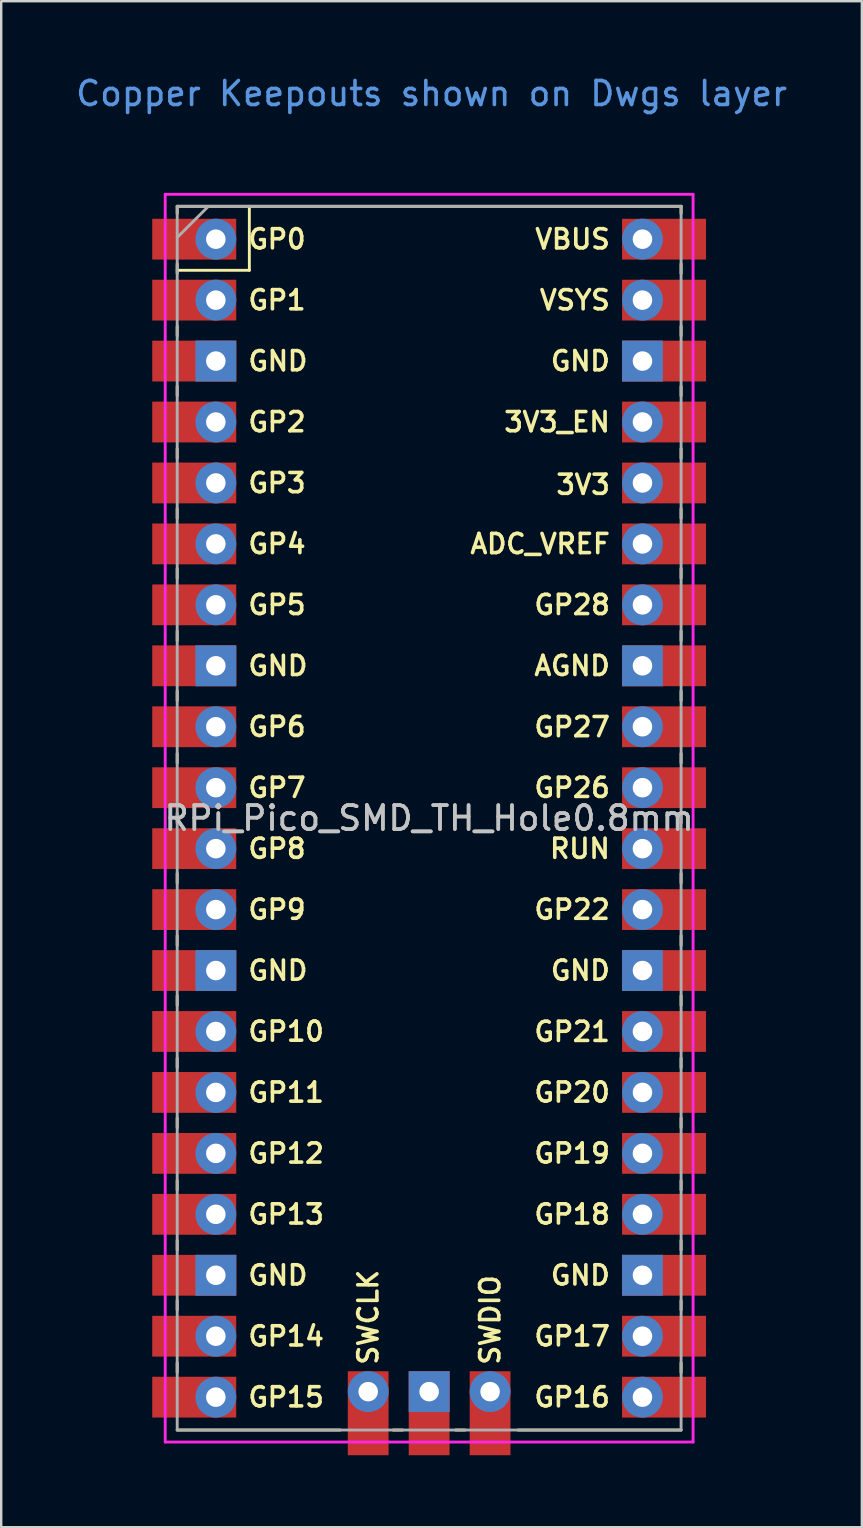
<source format=kicad_pcb>
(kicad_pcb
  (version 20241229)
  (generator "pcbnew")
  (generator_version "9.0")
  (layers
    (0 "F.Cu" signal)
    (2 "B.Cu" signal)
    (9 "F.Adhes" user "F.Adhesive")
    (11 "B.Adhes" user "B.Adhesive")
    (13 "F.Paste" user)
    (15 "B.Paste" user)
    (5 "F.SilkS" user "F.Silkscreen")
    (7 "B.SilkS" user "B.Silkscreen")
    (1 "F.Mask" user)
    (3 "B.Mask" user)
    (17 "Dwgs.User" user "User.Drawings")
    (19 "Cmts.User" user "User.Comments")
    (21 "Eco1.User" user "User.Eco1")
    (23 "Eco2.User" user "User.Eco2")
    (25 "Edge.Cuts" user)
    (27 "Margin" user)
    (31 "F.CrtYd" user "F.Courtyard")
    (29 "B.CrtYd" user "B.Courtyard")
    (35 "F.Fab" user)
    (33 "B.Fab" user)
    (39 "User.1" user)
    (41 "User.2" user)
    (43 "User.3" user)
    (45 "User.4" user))
  (footprint "RPi_Pico_SMD_TH_Hole0.8mm"
    (layer "F.Cu")
    (at 14.835 31.048)
    (property "Reference" "RPi_Pico_SMD_TH_Hole0.8mm" (at 0 0 0) (layer "Dwgs.User") (effects (font (size 1 1) (thickness 0.15))))
    (attr through_hole)
    (fp_line (start -10.5 -25.5) (end -10.5 -25.2) (stroke (width 0.12) (type solid)) (layer "F.SilkS"))
    (fp_line (start -10.5 -25.5) (end 10.5 -25.5) (stroke (width 0.12) (type solid)) (layer "F.SilkS"))
    (fp_line (start -10.5 -23.1) (end -10.5 -22.7) (stroke (width 0.12) (type solid)) (layer "F.SilkS"))
    (fp_line (start -10.5 -22.833) (end -7.493 -22.833) (stroke (width 0.12) (type solid)) (layer "F.SilkS"))
    (fp_line (start -10.5 -20.5) (end -10.5 -20.1) (stroke (width 0.12) (type solid)) (layer "F.SilkS"))
    (fp_line (start -10.5 -18) (end -10.5 -17.6) (stroke (width 0.12) (type solid)) (layer "F.SilkS"))
    (fp_line (start -10.5 -15.4) (end -10.5 -15) (stroke (width 0.12) (type solid)) (layer "F.SilkS"))
    (fp_line (start -10.5 -12.9) (end -10.5 -12.5) (stroke (width 0.12) (type solid)) (layer "F.SilkS"))
    (fp_line (start -10.5 -10.4) (end -10.5 -10) (stroke (width 0.12) (type solid)) (layer "F.SilkS"))
    (fp_line (start -10.5 -7.8) (end -10.5 -7.4) (stroke (width 0.12) (type solid)) (layer "F.SilkS"))
    (fp_line (start -10.5 -5.3) (end -10.5 -4.9) (stroke (width 0.12) (type solid)) (layer "F.SilkS"))
    (fp_line (start -10.5 -2.7) (end -10.5 -2.3) (stroke (width 0.12) (type solid)) (layer "F.SilkS"))
    (fp_line (start -10.5 -0.2) (end -10.5 0.2) (stroke (width 0.12) (type solid)) (layer "F.SilkS"))
    (fp_line (start -10.5 2.3) (end -10.5 2.7) (stroke (width 0.12) (type solid)) (layer "F.SilkS"))
    (fp_line (start -10.5 4.9) (end -10.5 5.3) (stroke (width 0.12) (type solid)) (layer "F.SilkS"))
    (fp_line (start -10.5 7.4) (end -10.5 7.8) (stroke (width 0.12) (type solid)) (layer "F.SilkS"))
    (fp_line (start -10.5 10) (end -10.5 10.4) (stroke (width 0.12) (type solid)) (layer "F.SilkS"))
    (fp_line (start -10.5 12.5) (end -10.5 12.9) (stroke (width 0.12) (type solid)) (layer "F.SilkS"))
    (fp_line (start -10.5 15.1) (end -10.5 15.5) (stroke (width 0.12) (type solid)) (layer "F.SilkS"))
    (fp_line (start -10.5 17.6) (end -10.5 18) (stroke (width 0.12) (type solid)) (layer "F.SilkS"))
    (fp_line (start -10.5 20.1) (end -10.5 20.5) (stroke (width 0.12) (type solid)) (layer "F.SilkS"))
    (fp_line (start -10.5 22.7) (end -10.5 23.1) (stroke (width 0.12) (type solid)) (layer "F.SilkS"))
    (fp_line (start -7.493 -22.833) (end -7.493 -25.5) (stroke (width 0.12) (type solid)) (layer "F.SilkS"))
    (fp_line (start -3.7 25.5) (end -10.5 25.5) (stroke (width 0.12) (type solid)) (layer "F.SilkS"))
    (fp_line (start -1.5 25.5) (end -1.1 25.5) (stroke (width 0.12) (type solid)) (layer "F.SilkS"))
    (fp_line (start 1.1 25.5) (end 1.5 25.5) (stroke (width 0.12) (type solid)) (layer "F.SilkS"))
    (fp_line (start 10.5 -25.5) (end 10.5 -25.2) (stroke (width 0.12) (type solid)) (layer "F.SilkS"))
    (fp_line (start 10.5 -23.1) (end 10.5 -22.7) (stroke (width 0.12) (type solid)) (layer "F.SilkS"))
    (fp_line (start 10.5 -20.5) (end 10.5 -20.1) (stroke (width 0.12) (type solid)) (layer "F.SilkS"))
    (fp_line (start 10.5 -18) (end 10.5 -17.6) (stroke (width 0.12) (type solid)) (layer "F.SilkS"))
    (fp_line (start 10.5 -15.4) (end 10.5 -15) (stroke (width 0.12) (type solid)) (layer "F.SilkS"))
    (fp_line (start 10.5 -12.9) (end 10.5 -12.5) (stroke (width 0.12) (type solid)) (layer "F.SilkS"))
    (fp_line (start 10.5 -10.4) (end 10.5 -10) (stroke (width 0.12) (type solid)) (layer "F.SilkS"))
    (fp_line (start 10.5 -7.8) (end 10.5 -7.4) (stroke (width 0.12) (type solid)) (layer "F.SilkS"))
    (fp_line (start 10.5 -5.3) (end 10.5 -4.9) (stroke (width 0.12) (type solid)) (layer "F.SilkS"))
    (fp_line (start 10.5 -2.7) (end 10.5 -2.3) (stroke (width 0.12) (type solid)) (layer "F.SilkS"))
    (fp_line (start 10.5 -0.2) (end 10.5 0.2) (stroke (width 0.12) (type solid)) (layer "F.SilkS"))
    (fp_line (start 10.5 2.3) (end 10.5 2.7) (stroke (width 0.12) (type solid)) (layer "F.SilkS"))
    (fp_line (start 10.5 4.9) (end 10.5 5.3) (stroke (width 0.12) (type solid)) (layer "F.SilkS"))
    (fp_line (start 10.5 7.4) (end 10.5 7.8) (stroke (width 0.12) (type solid)) (layer "F.SilkS"))
    (fp_line (start 10.5 10) (end 10.5 10.4) (stroke (width 0.12) (type solid)) (layer "F.SilkS"))
    (fp_line (start 10.5 12.5) (end 10.5 12.9) (stroke (width 0.12) (type solid)) (layer "F.SilkS"))
    (fp_line (start 10.5 15.1) (end 10.5 15.5) (stroke (width 0.12) (type solid)) (layer "F.SilkS"))
    (fp_line (start 10.5 17.6) (end 10.5 18) (stroke (width 0.12) (type solid)) (layer "F.SilkS"))
    (fp_line (start 10.5 20.1) (end 10.5 20.5) (stroke (width 0.12) (type solid)) (layer "F.SilkS"))
    (fp_line (start 10.5 22.7) (end 10.5 23.1) (stroke (width 0.12) (type solid)) (layer "F.SilkS"))
    (fp_line (start 10.5 25.5) (end 3.7 25.5) (stroke (width 0.12) (type solid)) (layer "F.SilkS"))
    (fp_line (start -11 -26) (end 11 -26) (stroke (width 0.12) (type solid)) (layer "F.CrtYd"))
    (fp_line (start -11 26) (end -11 -26) (stroke (width 0.12) (type solid)) (layer "F.CrtYd"))
    (fp_line (start 11 -26) (end 11 26) (stroke (width 0.12) (type solid)) (layer "F.CrtYd"))
    (fp_line (start 11 26) (end -11 26) (stroke (width 0.12) (type solid)) (layer "F.CrtYd"))
    (fp_line (start -10.5 -25.5) (end 10.5 -25.5) (stroke (width 0.12) (type solid)) (layer "F.Fab"))
    (fp_line (start -10.5 -24.2) (end -9.2 -25.5) (stroke (width 0.12) (type solid)) (layer "F.Fab"))
    (fp_line (start -10.5 25.5) (end -10.5 -25.5) (stroke (width 0.12) (type solid)) (layer "F.Fab"))
    (fp_line (start 10.5 -25.5) (end 10.5 25.5) (stroke (width 0.12) (type solid)) (layer "F.Fab"))
    (fp_line (start 10.5 25.5) (end -10.5 25.5) (stroke (width 0.12) (type solid)) (layer "F.Fab"))
    (fp_text user "GP8" (at -7.62 1.27 0) (layer "F.SilkS") (effects (font (size 0.8 0.8) (thickness 0.15)) (justify left)))
    (fp_text user "GP4" (at -7.62 -11.43 0) (layer "F.SilkS") (effects (font (size 0.8 0.8) (thickness 0.15)) (justify left)))
    (fp_text user "GP17" (at 7.62 21.59 0) (layer "F.SilkS") (effects (font (size 0.8 0.8) (thickness 0.15)) (justify right)))
    (fp_text user "GP28" (at 7.62 -8.89 0) (layer "F.SilkS") (effects (font (size 0.8 0.8) (thickness 0.15)) (justify right)))
    (fp_text user "GP6" (at -7.62 -3.81 0) (layer "F.SilkS") (effects (font (size 0.8 0.8) (thickness 0.15)) (justify left)))
    (fp_text user "GP15" (at -7.62 24.13 0) (layer "F.SilkS") (effects (font (size 0.8 0.8) (thickness 0.15)) (justify left)))
    (fp_text user "SWCLK" (at -2.54 22.86 90) (layer "F.SilkS") (effects (font (size 0.8 0.8) (thickness 0.15)) (justify left)))
    (fp_text user "3V3" (at 7.62 -13.9 0) (layer "F.SilkS") (effects (font (size 0.8 0.8) (thickness 0.15)) (justify right)))
    (fp_text user "GP3" (at -7.62 -13.97 0) (layer "F.SilkS") (effects (font (size 0.8 0.8) (thickness 0.15)) (justify left)))
    (fp_text user "VBUS" (at 7.62 -24.13 0) (layer "F.SilkS") (effects (font (size 0.8 0.8) (thickness 0.15)) (justify right)))
    (fp_text user "GP18" (at 7.62 16.51 0) (layer "F.SilkS") (effects (font (size 0.8 0.8) (thickness 0.15)) (justify right)))
    (fp_text user "AGND" (at 7.62 -6.35 0) (layer "F.SilkS") (effects (font (size 0.8 0.8) (thickness 0.15)) (justify right)))
    (fp_text user "GP16" (at 7.62 24.13 0) (layer "F.SilkS") (effects (font (size 0.8 0.8) (thickness 0.15)) (justify right)))
    (fp_text user "GP27" (at 7.62 -3.8 0) (layer "F.SilkS") (effects (font (size 0.8 0.8) (thickness 0.15)) (justify right)))
    (fp_text user "GP10" (at -7.62 8.89 0) (layer "F.SilkS") (effects (font (size 0.8 0.8) (thickness 0.15)) (justify left)))
    (fp_text user "VSYS" (at 7.62 -21.59 0) (layer "F.SilkS") (effects (font (size 0.8 0.8) (thickness 0.15)) (justify right)))
    (fp_text user "GP5" (at -7.62 -8.89 0) (layer "F.SilkS") (effects (font (size 0.8 0.8) (thickness 0.15)) (justify left)))
    (fp_text user "GP13" (at -7.62 16.51 0) (layer "F.SilkS") (effects (font (size 0.8 0.8) (thickness 0.15)) (justify left)))
    (fp_text user "GP22" (at 7.62 3.81 0) (layer "F.SilkS") (effects (font (size 0.8 0.8) (thickness 0.15)) (justify right)))
    (fp_text user "GP12" (at -7.62 13.97 0) (layer "F.SilkS") (effects (font (size 0.8 0.8) (thickness 0.15)) (justify left)))
    (fp_text user "3V3_EN" (at 7.62 -16.51 0) (layer "F.SilkS") (effects (font (size 0.8 0.8) (thickness 0.15)) (justify right)))
    (fp_text user "GND" (at -7.62 19.05 0) (layer "F.SilkS") (effects (font (size 0.8 0.8) (thickness 0.15)) (justify left)))
    (fp_text user "GP26" (at 7.62 -1.27 0) (layer "F.SilkS") (effects (font (size 0.8 0.8) (thickness 0.15)) (justify right)))
    (fp_text user "GND" (at 7.62 -19.05 0) (layer "F.SilkS") (effects (font (size 0.8 0.8) (thickness 0.15)) (justify right)))
    (fp_text user "SWDIO" (at 2.54 22.86 90) (layer "F.SilkS") (effects (font (size 0.8 0.8) (thickness 0.15)) (justify left)))
    (fp_text user "GP21" (at 7.62 8.9 0) (layer "F.SilkS") (effects (font (size 0.8 0.8) (thickness 0.15)) (justify right)))
    (fp_text user "GP11" (at -7.62 11.43 0) (layer "F.SilkS") (effects (font (size 0.8 0.8) (thickness 0.15)) (justify left)))
    (fp_text user "GP7" (at -7.62 -1.27 0) (layer "F.SilkS") (effects (font (size 0.8 0.8) (thickness 0.15)) (justify left)))
    (fp_text user "GND" (at 7.62 19.05 0) (layer "F.SilkS") (effects (font (size 0.8 0.8) (thickness 0.15)) (justify right)))
    (fp_text user "GP1" (at -7.62 -21.59 0) (layer "F.SilkS") (effects (font (size 0.8 0.8) (thickness 0.15)) (justify left)))
    (fp_text user "GP2" (at -7.62 -16.51 0) (layer "F.SilkS") (effects (font (size 0.8 0.8) (thickness 0.15)) (justify left)))
    (fp_text user "GND" (at -7.62 -6.35 0) (layer "F.SilkS") (effects (font (size 0.8 0.8) (thickness 0.15)) (justify left)))
    (fp_text user "ADC_VREF" (at 7.62 -11.43 0) (layer "F.SilkS") (effects (font (size 0.8 0.8) (thickness 0.15)) (justify right)))
    (fp_text user "GND" (at -7.62 -19.05 0) (layer "F.SilkS") (effects (font (size 0.8 0.8) (thickness 0.15)) (justify left)))
    (fp_text user "RUN" (at 7.62 1.27 0) (layer "F.SilkS") (effects (font (size 0.8 0.8) (thickness 0.15)) (justify right)))
    (fp_text user "GP19" (at 7.62 13.97 0) (layer "F.SilkS") (effects (font (size 0.8 0.8) (thickness 0.15)) (justify right)))
    (fp_text user "GP14" (at -7.62 21.59 0) (layer "F.SilkS") (effects (font (size 0.8 0.8) (thickness 0.15)) (justify left)))
    (fp_text user "GP9" (at -7.62 3.81 0) (layer "F.SilkS") (effects (font (size 0.8 0.8) (thickness 0.15)) (justify left)))
    (fp_text user "GND" (at -7.62 6.35 0) (layer "F.SilkS") (effects (font (size 0.8 0.8) (thickness 0.15)) (justify left)))
    (fp_text user "GND" (at 7.62 6.35 0) (layer "F.SilkS") (effects (font (size 0.8 0.8) (thickness 0.15)) (justify right)))
    (fp_text user "GP0" (at -7.62 -24.13 0) (layer "F.SilkS") (effects (font (size 0.8 0.8) (thickness 0.15)) (justify left)))
    (fp_text user "GP20" (at 7.62 11.43 0) (layer "F.SilkS") (effects (font (size 0.8 0.8) (thickness 0.15)) (justify right)))
    (fp_text user "Copper Keepouts shown on Dwgs layer" (at 0.1 -30.2 0) (layer "Cmts.User") (effects (font (size 1 1) (thickness 0.15))))
    (fp_text user "${REFERENCE}" (at 0 0 180) (layer "F.Fab") (effects (font (size 1 1) (thickness 0.15))))
    (pad "1" thru_hole oval (at -8.89 -24.13) (size 1.7 1.7) (drill 0.813) (layers "*.Cu" "*.Mask"))
    (pad "1" smd rect (at -8.89 -24.13) (size 3.5 1.7) (drill (offset -0.9 0)) (layers "F.Cu" "F.Mask"))
    (pad "2" thru_hole oval (at -8.89 -21.59) (size 1.7 1.7) (drill 0.813) (layers "*.Cu" "*.Mask"))
    (pad "2" smd rect (at -8.89 -21.59) (size 3.5 1.7) (drill (offset -0.9 0)) (layers "F.Cu" "F.Mask"))
    (pad "3" thru_hole rect (at -8.89 -19.05) (size 1.7 1.7) (drill 0.813) (layers "*.Cu" "*.Mask"))
    (pad "3" smd rect (at -8.89 -19.05) (size 3.5 1.7) (drill (offset -0.9 0)) (layers "F.Cu" "F.Mask"))
    (pad "4" thru_hole oval (at -8.89 -16.51) (size 1.7 1.7) (drill 0.813) (layers "*.Cu" "*.Mask"))
    (pad "4" smd rect (at -8.89 -16.51) (size 3.5 1.7) (drill (offset -0.9 0)) (layers "F.Cu" "F.Mask"))
    (pad "5" thru_hole oval (at -8.89 -13.97) (size 1.7 1.7) (drill 0.813) (layers "*.Cu" "*.Mask"))
    (pad "5" smd rect (at -8.89 -13.97) (size 3.5 1.7) (drill (offset -0.9 0)) (layers "F.Cu" "F.Mask"))
    (pad "6" thru_hole oval (at -8.89 -11.43) (size 1.7 1.7) (drill 0.813) (layers "*.Cu" "*.Mask"))
    (pad "6" smd rect (at -8.89 -11.43) (size 3.5 1.7) (drill (offset -0.9 0)) (layers "F.Cu" "F.Mask"))
    (pad "7" thru_hole oval (at -8.89 -8.89) (size 1.7 1.7) (drill 0.813) (layers "*.Cu" "*.Mask"))
    (pad "7" smd rect (at -8.89 -8.89) (size 3.5 1.7) (drill (offset -0.9 0)) (layers "F.Cu" "F.Mask"))
    (pad "8" thru_hole rect (at -8.89 -6.35) (size 1.7 1.7) (drill 0.813) (layers "*.Cu" "*.Mask"))
    (pad "8" smd rect (at -8.89 -6.35) (size 3.5 1.7) (drill (offset -0.9 0)) (layers "F.Cu" "F.Mask"))
    (pad "9" thru_hole oval (at -8.89 -3.81) (size 1.7 1.7) (drill 0.813) (layers "*.Cu" "*.Mask"))
    (pad "9" smd rect (at -8.89 -3.81) (size 3.5 1.7) (drill (offset -0.9 0)) (layers "F.Cu" "F.Mask"))
    (pad "10" thru_hole oval (at -8.89 -1.27) (size 1.7 1.7) (drill 0.813) (layers "*.Cu" "*.Mask"))
    (pad "10" smd rect (at -8.89 -1.27) (size 3.5 1.7) (drill (offset -0.9 0)) (layers "F.Cu" "F.Mask"))
    (pad "11" thru_hole oval (at -8.89 1.27) (size 1.7 1.7) (drill 0.813) (layers "*.Cu" "*.Mask"))
    (pad "11" smd rect (at -8.89 1.27) (size 3.5 1.7) (drill (offset -0.9 0)) (layers "F.Cu" "F.Mask"))
    (pad "12" thru_hole oval (at -8.89 3.81) (size 1.7 1.7) (drill 0.813) (layers "*.Cu" "*.Mask"))
    (pad "12" smd rect (at -8.89 3.81) (size 3.5 1.7) (drill (offset -0.9 0)) (layers "F.Cu" "F.Mask"))
    (pad "13" thru_hole rect (at -8.89 6.35) (size 1.7 1.7) (drill 0.813) (layers "*.Cu" "*.Mask"))
    (pad "13" smd rect (at -8.89 6.35) (size 3.5 1.7) (drill (offset -0.9 0)) (layers "F.Cu" "F.Mask"))
    (pad "14" thru_hole oval (at -8.89 8.89) (size 1.7 1.7) (drill 0.813) (layers "*.Cu" "*.Mask"))
    (pad "14" smd rect (at -8.89 8.89) (size 3.5 1.7) (drill (offset -0.9 0)) (layers "F.Cu" "F.Mask"))
    (pad "15" thru_hole oval (at -8.89 11.43) (size 1.7 1.7) (drill 0.813) (layers "*.Cu" "*.Mask"))
    (pad "15" smd rect (at -8.89 11.43) (size 3.5 1.7) (drill (offset -0.9 0)) (layers "F.Cu" "F.Mask"))
    (pad "16" thru_hole oval (at -8.89 13.97) (size 1.7 1.7) (drill 0.813) (layers "*.Cu" "*.Mask"))
    (pad "16" smd rect (at -8.89 13.97) (size 3.5 1.7) (drill (offset -0.9 0)) (layers "F.Cu" "F.Mask"))
    (pad "17" thru_hole oval (at -8.89 16.51) (size 1.7 1.7) (drill 0.813) (layers "*.Cu" "*.Mask"))
    (pad "17" smd rect (at -8.89 16.51) (size 3.5 1.7) (drill (offset -0.9 0)) (layers "F.Cu" "F.Mask"))
    (pad "18" thru_hole rect (at -8.89 19.05) (size 1.7 1.7) (drill 0.813) (layers "*.Cu" "*.Mask"))
    (pad "18" smd rect (at -8.89 19.05) (size 3.5 1.7) (drill (offset -0.9 0)) (layers "F.Cu" "F.Mask"))
    (pad "19" thru_hole oval (at -8.89 21.59) (size 1.7 1.7) (drill 0.813) (layers "*.Cu" "*.Mask"))
    (pad "19" smd rect (at -8.89 21.59) (size 3.5 1.7) (drill (offset -0.9 0)) (layers "F.Cu" "F.Mask"))
    (pad "20" thru_hole oval (at -8.89 24.13) (size 1.7 1.7) (drill 0.813) (layers "*.Cu" "*.Mask"))
    (pad "20" smd rect (at -8.89 24.13) (size 3.5 1.7) (drill (offset -0.9 0)) (layers "F.Cu" "F.Mask"))
    (pad "21" thru_hole oval (at 8.89 24.13) (size 1.7 1.7) (drill 0.813) (layers "*.Cu" "*.Mask"))
    (pad "21" smd rect (at 8.89 24.13) (size 3.5 1.7) (drill (offset 0.9 0)) (layers "F.Cu" "F.Mask"))
    (pad "22" thru_hole oval (at 8.89 21.59) (size 1.7 1.7) (drill 0.813) (layers "*.Cu" "*.Mask"))
    (pad "22" smd rect (at 8.89 21.59) (size 3.5 1.7) (drill (offset 0.9 0)) (layers "F.Cu" "F.Mask"))
    (pad "23" thru_hole rect (at 8.89 19.05) (size 1.7 1.7) (drill 0.813) (layers "*.Cu" "*.Mask"))
    (pad "23" smd rect (at 8.89 19.05) (size 3.5 1.7) (drill (offset 0.9 0)) (layers "F.Cu" "F.Mask"))
    (pad "24" thru_hole oval (at 8.89 16.51) (size 1.7 1.7) (drill 0.813) (layers "*.Cu" "*.Mask"))
    (pad "24" smd rect (at 8.89 16.51) (size 3.5 1.7) (drill (offset 0.9 0)) (layers "F.Cu" "F.Mask"))
    (pad "25" thru_hole oval (at 8.89 13.97) (size 1.7 1.7) (drill 0.813) (layers "*.Cu" "*.Mask"))
    (pad "25" smd rect (at 8.89 13.97) (size 3.5 1.7) (drill (offset 0.9 0)) (layers "F.Cu" "F.Mask"))
    (pad "26" thru_hole oval (at 8.89 11.43) (size 1.7 1.7) (drill 0.813) (layers "*.Cu" "*.Mask"))
    (pad "26" smd rect (at 8.89 11.43) (size 3.5 1.7) (drill (offset 0.9 0)) (layers "F.Cu" "F.Mask"))
    (pad "27" thru_hole oval (at 8.89 8.89) (size 1.7 1.7) (drill 0.813) (layers "*.Cu" "*.Mask"))
    (pad "27" smd rect (at 8.89 8.89) (size 3.5 1.7) (drill (offset 0.9 0)) (layers "F.Cu" "F.Mask"))
    (pad "28" thru_hole rect (at 8.89 6.35) (size 1.7 1.7) (drill 0.813) (layers "*.Cu" "*.Mask"))
    (pad "28" smd rect (at 8.89 6.35) (size 3.5 1.7) (drill (offset 0.9 0)) (layers "F.Cu" "F.Mask"))
    (pad "29" thru_hole oval (at 8.89 3.81) (size 1.7 1.7) (drill 0.813) (layers "*.Cu" "*.Mask"))
    (pad "29" smd rect (at 8.89 3.81) (size 3.5 1.7) (drill (offset 0.9 0)) (layers "F.Cu" "F.Mask"))
    (pad "30" thru_hole oval (at 8.89 1.27) (size 1.7 1.7) (drill 0.813) (layers "*.Cu" "*.Mask"))
    (pad "30" smd rect (at 8.89 1.27) (size 3.5 1.7) (drill (offset 0.9 0)) (layers "F.Cu" "F.Mask"))
    (pad "31" thru_hole oval (at 8.89 -1.27) (size 1.7 1.7) (drill 0.813) (layers "*.Cu" "*.Mask"))
    (pad "31" smd rect (at 8.89 -1.27) (size 3.5 1.7) (drill (offset 0.9 0)) (layers "F.Cu" "F.Mask"))
    (pad "32" thru_hole oval (at 8.89 -3.81) (size 1.7 1.7) (drill 0.813) (layers "*.Cu" "*.Mask"))
    (pad "32" smd rect (at 8.89 -3.81) (size 3.5 1.7) (drill (offset 0.9 0)) (layers "F.Cu" "F.Mask"))
    (pad "33" thru_hole rect (at 8.89 -6.35) (size 1.7 1.7) (drill 0.813) (layers "*.Cu" "*.Mask"))
    (pad "33" smd rect (at 8.89 -6.35) (size 3.5 1.7) (drill (offset 0.9 0)) (layers "F.Cu" "F.Mask"))
    (pad "34" thru_hole oval (at 8.89 -8.89) (size 1.7 1.7) (drill 0.813) (layers "*.Cu" "*.Mask"))
    (pad "34" smd rect (at 8.89 -8.89) (size 3.5 1.7) (drill (offset 0.9 0)) (layers "F.Cu" "F.Mask"))
    (pad "35" thru_hole oval (at 8.89 -11.43) (size 1.7 1.7) (drill 0.813) (layers "*.Cu" "*.Mask"))
    (pad "35" smd rect (at 8.89 -11.43) (size 3.5 1.7) (drill (offset 0.9 0)) (layers "F.Cu" "F.Mask"))
    (pad "36" thru_hole oval (at 8.89 -13.97) (size 1.7 1.7) (drill 0.813) (layers "*.Cu" "*.Mask"))
    (pad "36" smd rect (at 8.89 -13.97) (size 3.5 1.7) (drill (offset 0.9 0)) (layers "F.Cu" "F.Mask"))
    (pad "37" thru_hole oval (at 8.89 -16.51) (size 1.7 1.7) (drill 0.813) (layers "*.Cu" "*.Mask"))
    (pad "37" smd rect (at 8.89 -16.51) (size 3.5 1.7) (drill (offset 0.9 0)) (layers "F.Cu" "F.Mask"))
    (pad "38" thru_hole rect (at 8.89 -19.05) (size 1.7 1.7) (drill 0.813) (layers "*.Cu" "*.Mask"))
    (pad "38" smd rect (at 8.89 -19.05) (size 3.5 1.7) (drill (offset 0.9 0)) (layers "F.Cu" "F.Mask"))
    (pad "39" thru_hole oval (at 8.89 -21.59) (size 1.7 1.7) (drill 0.813) (layers "*.Cu" "*.Mask"))
    (pad "39" smd rect (at 8.89 -21.59) (size 3.5 1.7) (drill (offset 0.9 0)) (layers "F.Cu" "F.Mask"))
    (pad "40" thru_hole oval (at 8.89 -24.13) (size 1.7 1.7) (drill 0.813) (layers "*.Cu" "*.Mask"))
    (pad "40" smd rect (at 8.89 -24.13) (size 3.5 1.7) (drill (offset 0.9 0)) (layers "F.Cu" "F.Mask"))
    (pad "41" thru_hole oval (at -2.54 23.9) (size 1.7 1.7) (drill 0.813) (layers "*.Cu" "*.Mask"))
    (pad "41" smd rect (at -2.54 23.9 90) (size 3.5 1.7) (drill (offset -0.9 0)) (layers "F.Cu" "F.Mask"))
    (pad "42" thru_hole rect (at 0 23.9) (size 1.7 1.7) (drill 0.813) (layers "*.Cu" "*.Mask"))
    (pad "42" smd rect (at 0 23.9 90) (size 3.5 1.7) (drill (offset -0.9 0)) (layers "F.Cu" "F.Mask"))
    (pad "43" thru_hole oval (at 2.54 23.9) (size 1.7 1.7) (drill 0.813) (layers "*.Cu" "*.Mask"))
    (pad "43" smd rect (at 2.54 23.9 90) (size 3.5 1.7) (drill (offset -0.9 0)) (layers "F.Cu" "F.Mask")))
  (gr_rect
    (start -3 -3)
    (end 32.869 60.598)
    (stroke (width 0.1) (type default))
    (fill no)
    (layer "Edge.Cuts")))
</source>
